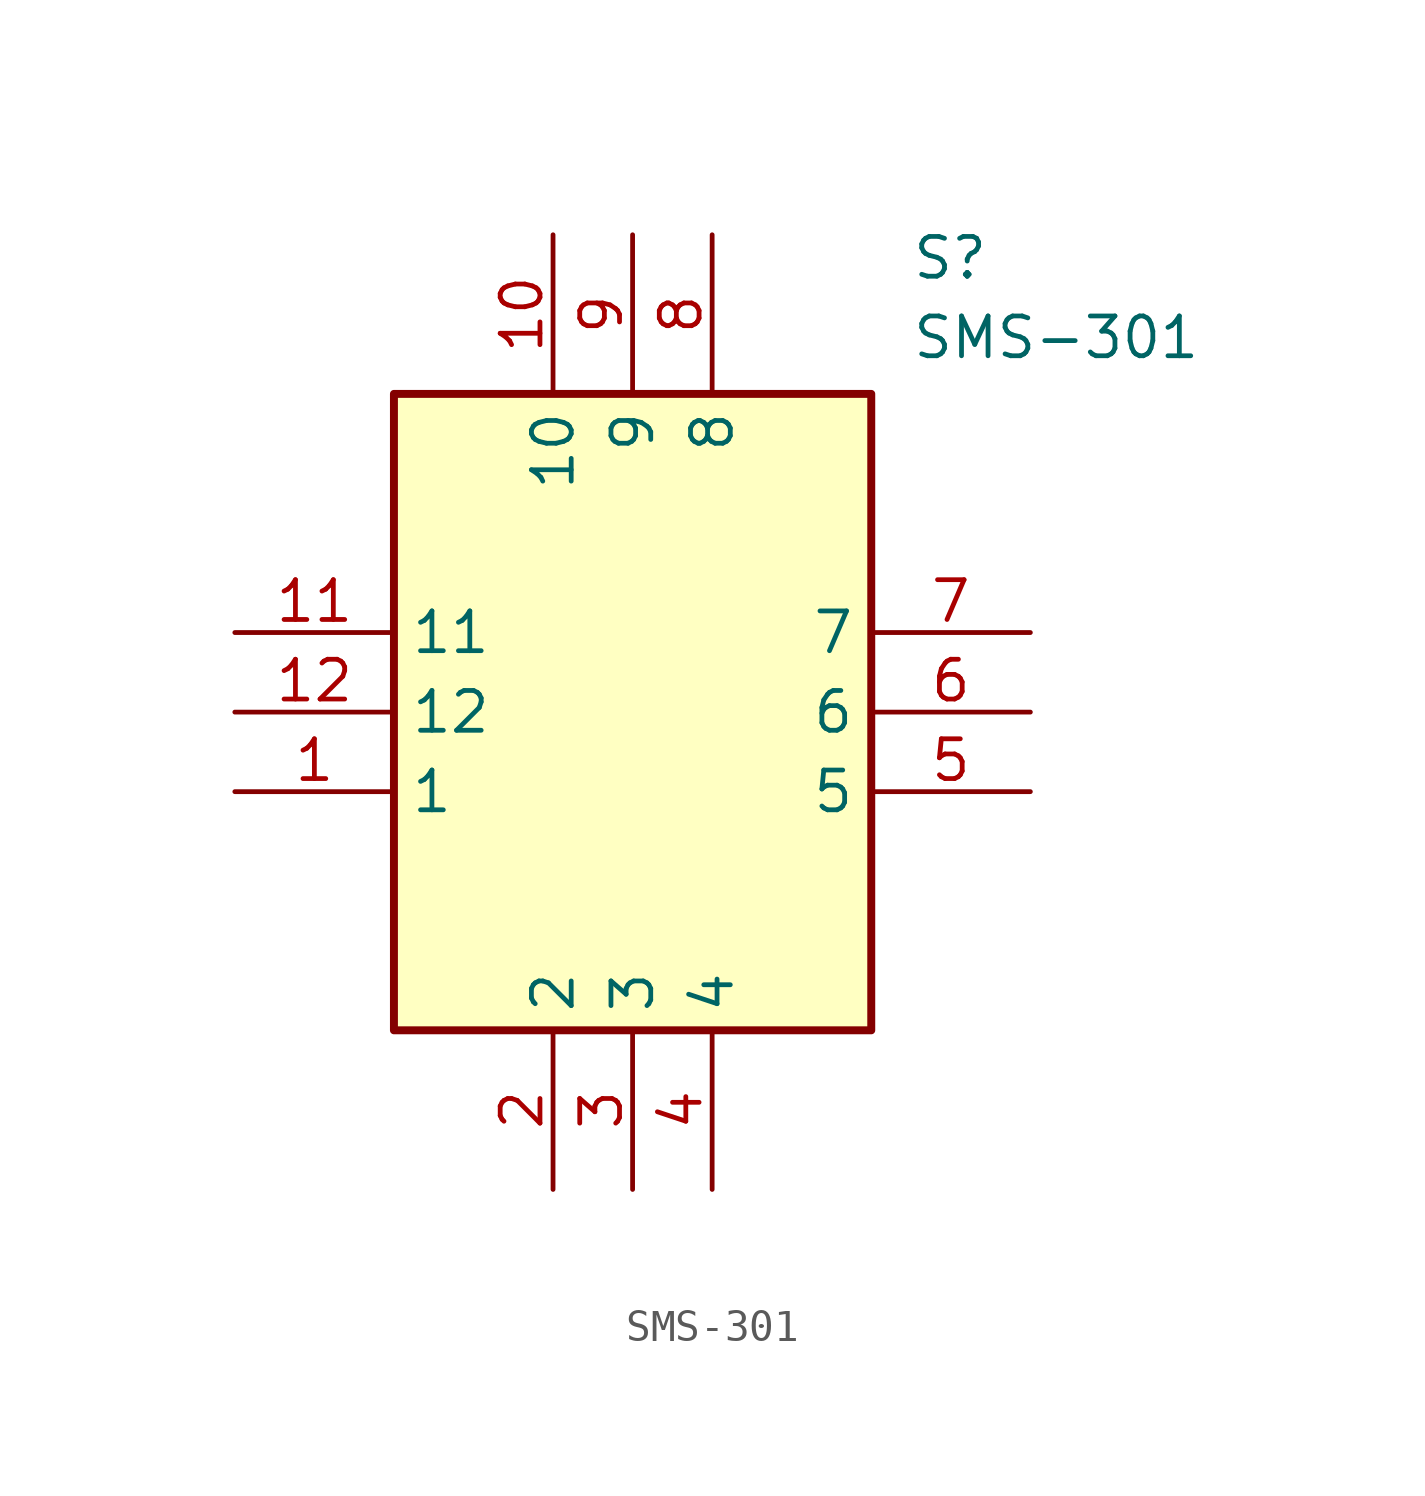
<source format=kicad_sym>
(kicad_symbol_lib
  (version 20211014)
  (generator SamacSys_ECAD_Model)
  (symbol "SMS-301"
    (property "Reference" "S"
      (at 21.59 12.7 0)
      (effects (font (size 1.27 1.27)) (justify left top)))
    (property "Value" "SMS-301"
      (at 21.59 10.16 0)
      (effects (font (size 1.27 1.27)) (justify left top)))
    (rectangle
      (start 5.08 7.62)
      (end 20.32 -12.7)
      (stroke (width 0.254) (type default))
      (fill (type background)))
    (pin passive line
      (at 0 -5.08 0)
      (length 5.08)
      (name "1" (effects (font (size 1.27 1.27))))
      (number "1" (effects (font (size 1.27 1.27)))))
    (pin passive line
      (at 10.16 -17.78 90)
      (length 5.08)
      (name "2" (effects (font (size 1.27 1.27))))
      (number "2" (effects (font (size 1.27 1.27)))))
    (pin passive line
      (at 12.7 -17.78 90)
      (length 5.08)
      (name "3" (effects (font (size 1.27 1.27))))
      (number "3" (effects (font (size 1.27 1.27)))))
    (pin passive line
      (at 15.24 -17.78 90)
      (length 5.08)
      (name "4" (effects (font (size 1.27 1.27))))
      (number "4" (effects (font (size 1.27 1.27)))))
    (pin passive line
      (at 25.4 -5.08 180)
      (length 5.08)
      (name "5" (effects (font (size 1.27 1.27))))
      (number "5" (effects (font (size 1.27 1.27)))))
    (pin passive line
      (at 25.4 -2.54 180)
      (length 5.08)
      (name "6" (effects (font (size 1.27 1.27))))
      (number "6" (effects (font (size 1.27 1.27)))))
    (pin passive line
      (at 25.4 0 180)
      (length 5.08)
      (name "7" (effects (font (size 1.27 1.27))))
      (number "7" (effects (font (size 1.27 1.27)))))
    (pin passive line
      (at 15.24 12.7 270)
      (length 5.08)
      (name "8" (effects (font (size 1.27 1.27))))
      (number "8" (effects (font (size 1.27 1.27)))))
    (pin passive line
      (at 12.7 12.7 270)
      (length 5.08)
      (name "9" (effects (font (size 1.27 1.27))))
      (number "9" (effects (font (size 1.27 1.27)))))
    (pin passive line
      (at 10.16 12.7 270)
      (length 5.08)
      (name "10" (effects (font (size 1.27 1.27))))
      (number "10" (effects (font (size 1.27 1.27)))))
    (pin passive line
      (at 0 0 0)
      (length 5.08)
      (name "11" (effects (font (size 1.27 1.27))))
      (number "11" (effects (font (size 1.27 1.27)))))
    (pin passive line
      (at 0 -2.54 0)
      (length 5.08)
      (name "12" (effects (font (size 1.27 1.27))))
      (number "12" (effects (font (size 1.27 1.27)))))))
</source>
